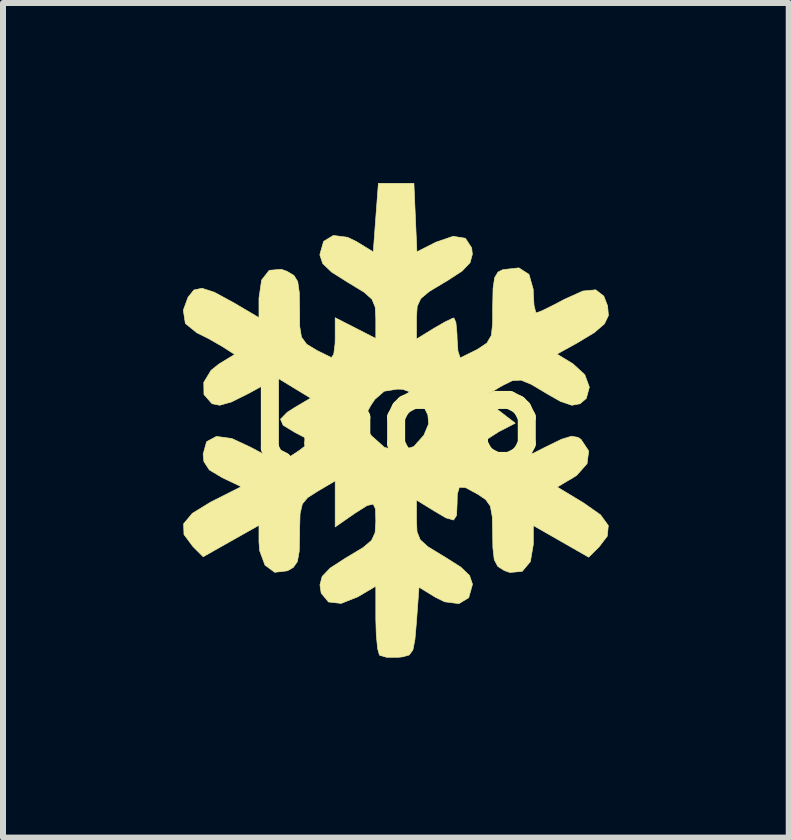
<source format=kicad_pcb>
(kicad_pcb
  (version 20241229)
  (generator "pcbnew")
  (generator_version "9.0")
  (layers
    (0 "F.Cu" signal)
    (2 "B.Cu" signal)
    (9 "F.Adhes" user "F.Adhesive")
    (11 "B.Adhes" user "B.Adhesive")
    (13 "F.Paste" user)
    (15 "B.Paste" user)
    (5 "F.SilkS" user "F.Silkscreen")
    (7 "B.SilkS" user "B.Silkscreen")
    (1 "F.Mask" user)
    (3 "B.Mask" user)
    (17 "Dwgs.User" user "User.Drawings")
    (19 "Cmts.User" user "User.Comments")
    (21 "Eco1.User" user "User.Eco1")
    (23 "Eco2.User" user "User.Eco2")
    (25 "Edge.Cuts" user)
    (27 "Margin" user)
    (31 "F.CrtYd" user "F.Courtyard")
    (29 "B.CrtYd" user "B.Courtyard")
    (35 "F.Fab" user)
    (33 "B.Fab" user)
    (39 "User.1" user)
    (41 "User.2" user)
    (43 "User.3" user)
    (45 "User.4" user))
  (footprint "logo"
    (layer "F.Cu")
    (at 3.552 3.942)
    (property "Reference" "logo" (at 0 0 0) (layer "F.SilkS") (effects (font (size 1.524 1.524) (thickness 0.3))))
    (attr through_hole)
    (fp_poly (pts (xy 0.321 -3.366) (xy 0.346 -2.795) (xy 0.663 -2.956) (xy 0.95 -3.054) (xy 1.154 -3.021) (xy 1.259 -2.861) (xy 1.27 -2.754) (xy 1.232 -2.614) (xy 1.098 -2.474) (xy 0.838 -2.305) (xy 0.804 -2.286) (xy 0.55 -2.133) (xy 0.41 -2.015) (xy 0.351 -1.887) (xy 0.339 -1.704) (xy 0.339 -1.68) (xy 0.339 -1.341) (xy 0.624 -1.517) (xy 0.818 -1.629) (xy 0.947 -1.69) (xy 0.962 -1.693) (xy 0.996 -1.618) (xy 1.014 -1.43) (xy 1.016 -1.348) (xy 1.03 -1.141) (xy 1.064 -1.036) (xy 1.079 -1.033) (xy 1.355 -1.169) (xy 1.513 -1.275) (xy 1.587 -1.403) (xy 1.608 -1.604) (xy 1.609 -1.871) (xy 1.615 -2.182) (xy 1.641 -2.364) (xy 1.698 -2.458) (xy 1.778 -2.498) (xy 2.045 -2.528) (xy 2.214 -2.419) (xy 2.284 -2.173) (xy 2.286 -2.111) (xy 2.298 -1.901) (xy 2.327 -1.786) (xy 2.338 -1.778) (xy 2.436 -1.815) (xy 2.631 -1.912) (xy 2.799 -2.001) (xy 3.112 -2.142) (xy 3.326 -2.162) (xy 3.461 -2.057) (xy 3.524 -1.894) (xy 3.538 -1.733) (xy 3.471 -1.594) (xy 3.301 -1.448) (xy 3.002 -1.268) (xy 2.958 -1.244) (xy 2.68 -1.091) (xy 2.948 -0.928) (xy 3.144 -0.747) (xy 3.22 -0.54) (xy 3.169 -0.352) (xy 3.065 -0.263) (xy 2.928 -0.238) (xy 2.737 -0.303) (xy 2.515 -0.43) (xy 2.254 -0.586) (xy 2.08 -0.657) (xy 1.937 -0.648) (xy 1.77 -0.566) (xy 1.693 -0.52) (xy 1.435 -0.363) (xy 1.71 -0.151) (xy 1.985 0.061) (xy 1.71 0.203) (xy 1.525 0.322) (xy 1.496 0.422) (xy 1.627 0.524) (xy 1.776 0.592) (xy 1.937 0.643) (xy 2.087 0.637) (xy 2.283 0.563) (xy 2.489 0.459) (xy 2.755 0.329) (xy 2.921 0.278) (xy 3.031 0.297) (xy 3.082 0.332) (xy 3.209 0.524) (xy 3.182 0.735) (xy 3.01 0.929) (xy 2.951 0.967) (xy 2.685 1.125) (xy 3.12 1.387) (xy 3.406 1.588) (xy 3.536 1.766) (xy 3.519 1.943) (xy 3.383 2.121) (xy 3.209 2.294) (xy 2.286 1.766) (xy 2.286 2.08) (xy 2.237 2.368) (xy 2.101 2.53) (xy 1.895 2.549) (xy 1.803 2.517) (xy 1.694 2.447) (xy 1.635 2.335) (xy 1.612 2.134) (xy 1.609 1.91) (xy 1.602 1.618) (xy 1.57 1.443) (xy 1.493 1.334) (xy 1.363 1.246) (xy 1.155 1.133) (xy 1.053 1.128) (xy 1.019 1.246) (xy 1.016 1.397) (xy 1.007 1.598) (xy 0.957 1.675) (xy 0.831 1.639) (xy 0.624 1.517) (xy 0.339 1.341) (xy 0.339 1.68) (xy 0.348 1.871) (xy 0.401 2.003) (xy 0.53 2.12) (xy 0.771 2.267) (xy 0.804 2.286) (xy 1.077 2.459) (xy 1.223 2.599) (xy 1.27 2.738) (xy 1.27 2.755) (xy 1.209 2.97) (xy 1.046 3.068) (xy 0.81 3.038) (xy 0.66 2.965) (xy 0.381 2.794) (xy 0.339 3.366) (xy 0.313 3.668) (xy 0.279 3.841) (xy 0.217 3.924) (xy 0.108 3.955) (xy 0.039 3.962) (xy -0.161 3.962) (xy -0.278 3.927) (xy -0.309 3.817) (xy -0.331 3.589) (xy -0.339 3.322) (xy -0.339 2.777) (xy -0.64 2.955) (xy -0.916 3.064) (xy -1.127 3.041) (xy -1.249 2.894) (xy -1.27 2.755) (xy -1.233 2.615) (xy -1.1 2.476) (xy -0.843 2.309) (xy -0.804 2.286) (xy -0.55 2.133) (xy -0.41 2.015) (xy -0.351 1.887) (xy -0.339 1.704) (xy -0.339 1.682) (xy -0.344 1.491) (xy -0.382 1.409) (xy -0.484 1.433) (xy -0.682 1.558) (xy -0.783 1.628) (xy -1.016 1.79) (xy -1.016 1.022) (xy -1.312 1.197) (xy -1.475 1.301) (xy -1.563 1.407) (xy -1.601 1.567) (xy -1.609 1.833) (xy -1.609 1.9) (xy -1.615 2.195) (xy -1.646 2.368) (xy -1.714 2.465) (xy -1.812 2.521) (xy -2.024 2.546) (xy -2.186 2.426) (xy -2.275 2.185) (xy -2.286 2.038) (xy -2.286 1.762) (xy -2.751 2.024) (xy -3.216 2.287) (xy -3.386 2.117) (xy -3.536 1.916) (xy -3.542 1.737) (xy -3.396 1.563) (xy -3.093 1.377) (xy -3.069 1.365) (xy -2.582 1.119) (xy -2.9 0.967) (xy -3.113 0.84) (xy -3.204 0.7) (xy -3.217 0.579) (xy -3.159 0.369) (xy -2.995 0.281) (xy -2.738 0.316) (xy -2.433 0.458) (xy -2.149 0.609) (xy -1.949 0.663) (xy -1.779 0.624) (xy -1.615 0.516) (xy -1.41 0.358) (xy -1.679 0.219) (xy -1.882 0.096) (xy -1.895 0.066) (xy -0.534 0.066) (xy -0.455 0.209) (xy -0.413 0.269) (xy -0.194 0.464) (xy 0.057 0.524) (xy 0.295 0.45) (xy 0.463 0.26) (xy 0.541 0.073) (xy 0.529 -0.077) (xy 0.444 -0.248) (xy 0.298 -0.436) (xy 0.109 -0.504) (xy 0.02 -0.507) (xy -0.199 -0.472) (xy -0.356 -0.335) (xy -0.42 -0.239) (xy -0.522 -0.056) (xy -0.534 0.066) (xy -1.895 0.066) (xy -1.927 -0.006) (xy -1.815 -0.121) (xy -1.686 -0.203) (xy -1.425 -0.357) (xy -1.704 -0.527) (xy -1.983 -0.697) (xy -2.452 -0.439) (xy -2.745 -0.293) (xy -2.94 -0.238) (xy -3.069 -0.264) (xy -3.203 -0.417) (xy -3.206 -0.619) (xy -3.084 -0.821) (xy -2.954 -0.925) (xy -2.691 -1.085) (xy -2.891 -1.214) (xy -3.126 -1.349) (xy -3.323 -1.447) (xy -3.513 -1.601) (xy -3.547 -1.823) (xy -3.468 -2.038) (xy -3.371 -2.159) (xy -3.236 -2.188) (xy -3.031 -2.122) (xy -2.725 -1.956) (xy -2.713 -1.95) (xy -2.286 -1.698) (xy -2.286 -2.024) (xy -2.242 -2.325) (xy -2.115 -2.487) (xy -1.913 -2.504) (xy -1.818 -2.47) (xy -1.703 -2.401) (xy -1.64 -2.299) (xy -1.614 -2.116) (xy -1.609 -1.836) (xy -1.607 -1.551) (xy -1.578 -1.374) (xy -1.492 -1.256) (xy -1.315 -1.149) (xy -1.079 -1.033) (xy -1.04 -1.088) (xy -1.018 -1.262) (xy -1.016 -1.349) (xy -1.016 -1.697) (xy -0.677 -1.524) (xy -0.339 -1.351) (xy -0.339 -1.685) (xy -0.349 -1.874) (xy -0.403 -2.005) (xy -0.534 -2.122) (xy -0.778 -2.271) (xy -0.804 -2.286) (xy -1.077 -2.459) (xy -1.223 -2.599) (xy -1.27 -2.738) (xy -1.27 -2.755) (xy -1.209 -2.97) (xy -1.046 -3.068) (xy -0.81 -3.038) (xy -0.66 -2.965) (xy -0.381 -2.794) (xy -0.339 -3.366) (xy -0.296 -3.937) (xy 0.296 -3.937) (xy 0.321 -3.366)) (stroke (width 0.01) (type solid)) (fill yes) (layer "F.SilkS")))
  (gr_rect
    (start -3 -3)
    (end 10.095 10.909)
    (stroke (width 0.1) (type default))
    (fill no)
    (layer "Edge.Cuts")))
</source>
